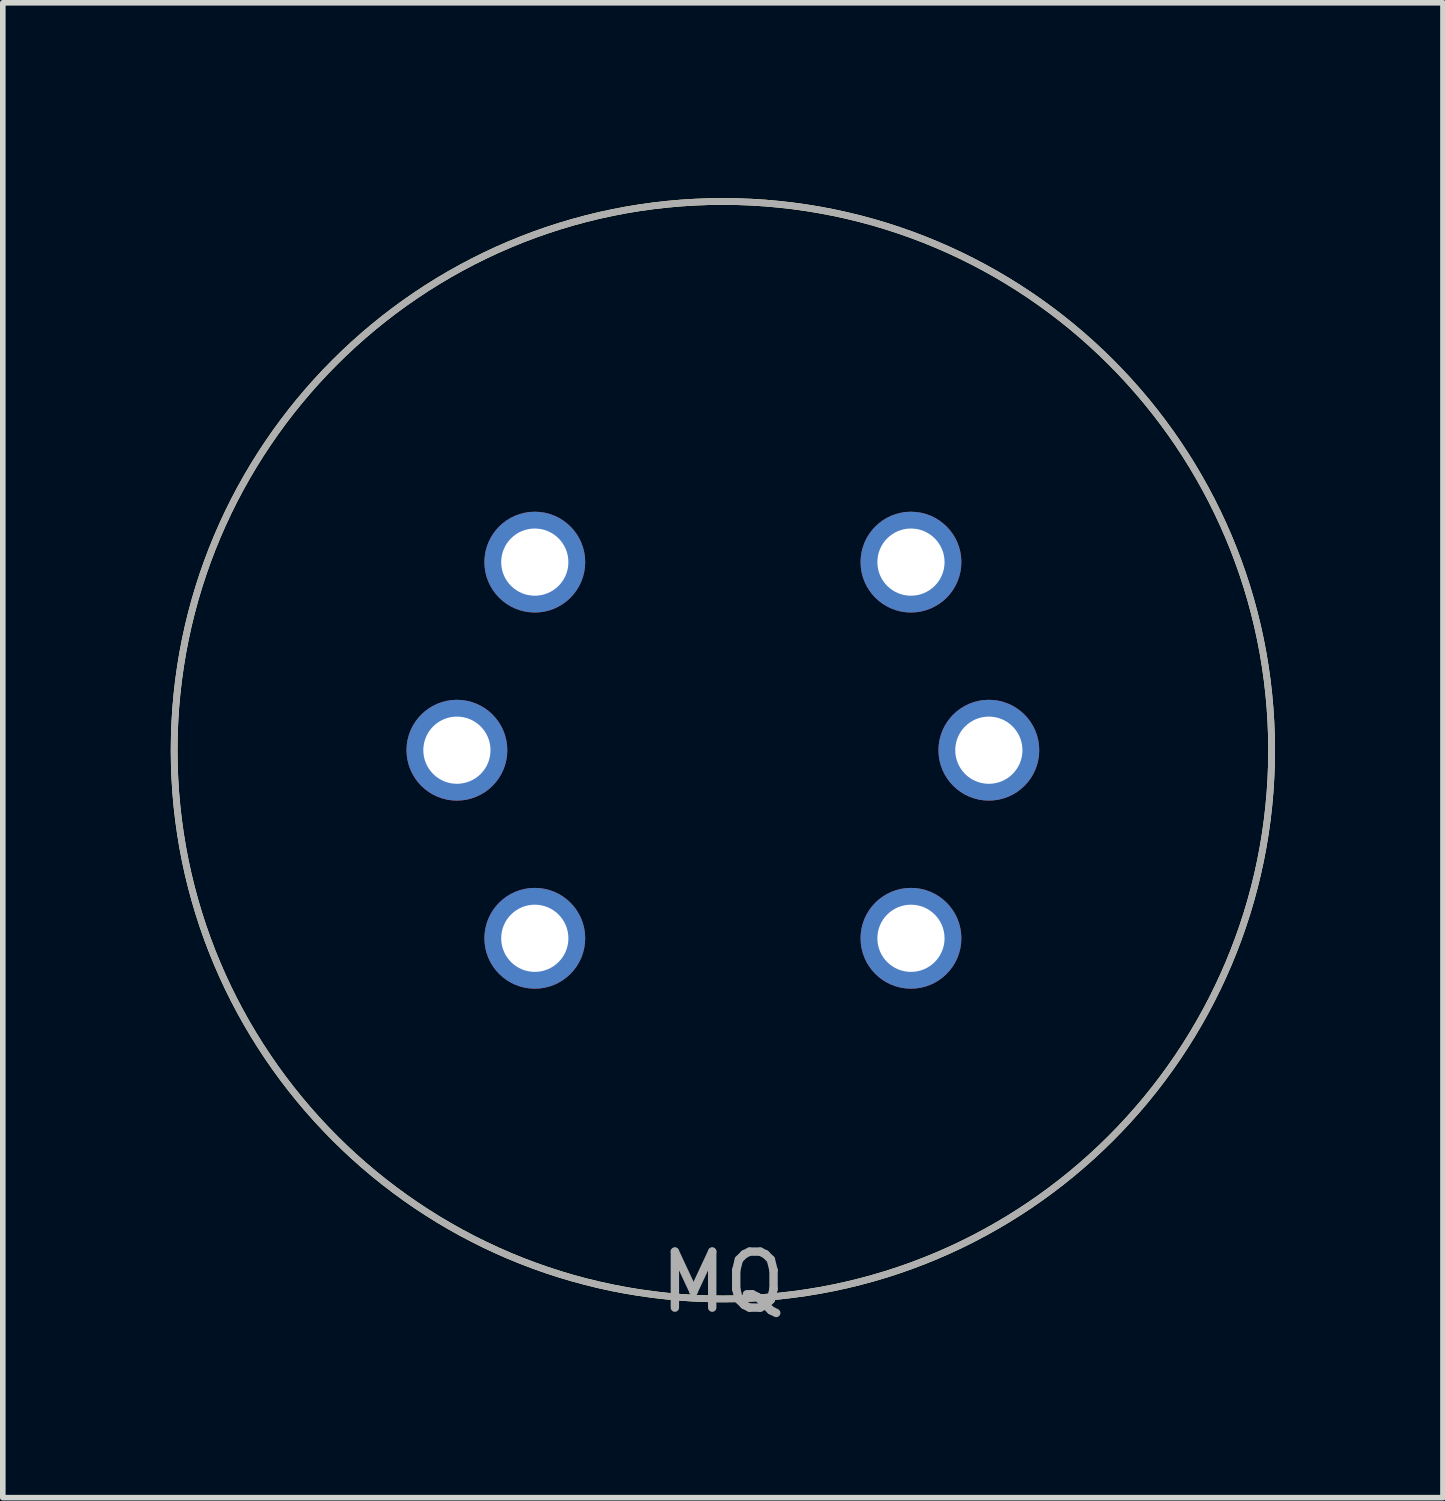
<source format=kicad_pcb>
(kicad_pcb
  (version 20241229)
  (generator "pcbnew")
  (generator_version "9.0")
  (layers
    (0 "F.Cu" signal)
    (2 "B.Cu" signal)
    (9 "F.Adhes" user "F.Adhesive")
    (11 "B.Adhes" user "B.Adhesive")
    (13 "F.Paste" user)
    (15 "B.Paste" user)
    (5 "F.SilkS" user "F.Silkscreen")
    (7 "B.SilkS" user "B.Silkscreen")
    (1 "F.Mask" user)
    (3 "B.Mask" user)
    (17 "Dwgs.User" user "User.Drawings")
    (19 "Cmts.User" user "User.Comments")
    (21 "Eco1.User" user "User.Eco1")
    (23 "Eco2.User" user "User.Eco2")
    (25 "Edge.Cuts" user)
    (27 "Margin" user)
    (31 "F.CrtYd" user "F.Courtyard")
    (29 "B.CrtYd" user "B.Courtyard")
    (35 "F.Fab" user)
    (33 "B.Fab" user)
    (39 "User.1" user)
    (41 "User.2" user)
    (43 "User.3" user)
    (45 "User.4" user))
  (footprint "MQ"
    (layer "F.Cu")
    (at 9.86 10.348)
    (property "Reference" "MQ" (at 0 -9.5 0) (unlocked yes) (layer "User.1") (effects (font (size 1 1) (thickness 0.15))))
    (fp_circle (center 0 0) (end 9.8 0) (stroke (width 0.12) (type solid)) (fill no) (layer "F.SilkS"))
    (fp_circle (center 0 0) (end 9.8 0) (stroke (width 0.12) (type solid)) (fill no) (layer "F.Fab"))
    (fp_text user "${REFERENCE}" (at 0 9.5 0) (unlocked yes) (layer "F.Fab") (effects (font (size 1 1) (thickness 0.15))))
    (pad "1" thru_hole circle (at -3.359 -3.359) (size 1.8 1.8) (drill 1.2) (layers "*.Cu" "*.Mask"))
    (pad "2" thru_hole circle (at -4.75 0) (size 1.8 1.8) (drill 1.2) (layers "*.Cu" "*.Mask"))
    (pad "3" thru_hole circle (at -3.359 3.359) (size 1.8 1.8) (drill 1.2) (layers "*.Cu" "*.Mask"))
    (pad "4" thru_hole circle (at 3.359 3.359) (size 1.8 1.8) (drill 1.2) (layers "*.Cu" "*.Mask"))
    (pad "5" thru_hole circle (at 4.75 0) (size 1.8 1.8) (drill 1.2) (layers "*.Cu" "*.Mask"))
    (pad "6" thru_hole circle (at 3.359 -3.359) (size 1.8 1.8) (drill 1.2) (layers "*.Cu" "*.Mask")))
  (gr_rect
    (start -3 -3)
    (end 22.72 23.697)
    (stroke (width 0.1) (type default))
    (fill no)
    (layer "Edge.Cuts")))
</source>
